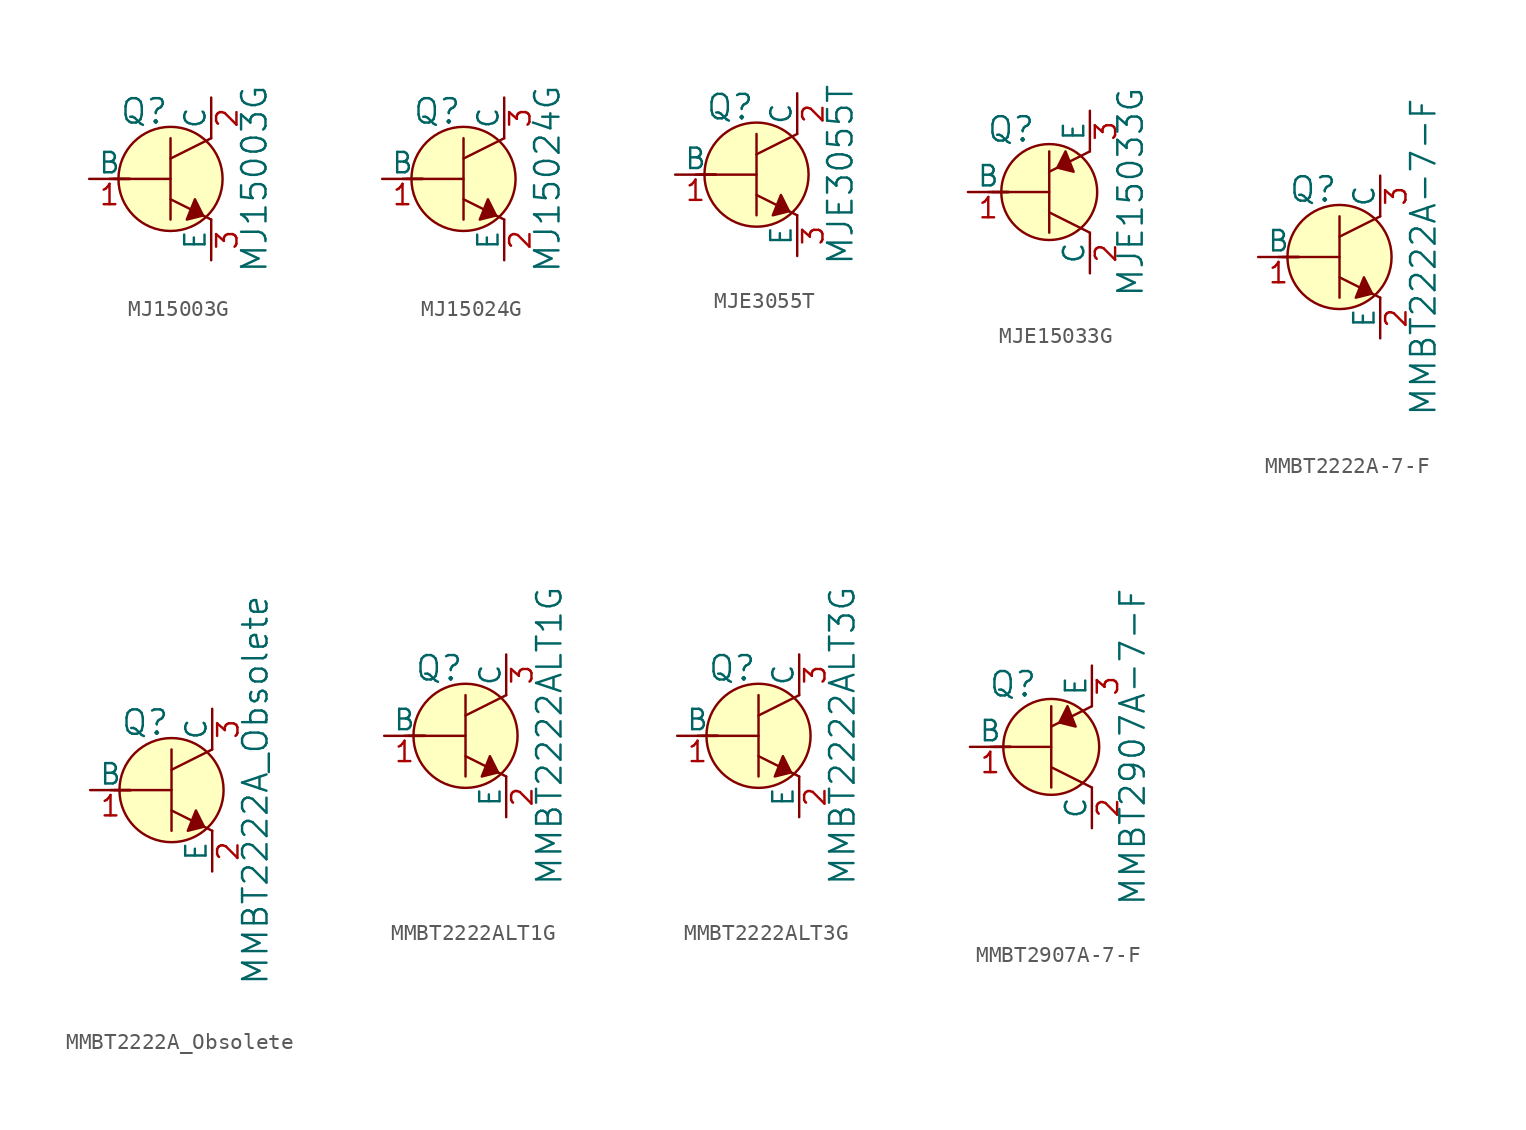
<source format=kicad_sym>
(kicad_symbol_lib
  (version 20231120)
  (generator "kicad_symbol_editor")
  (generator_version "8.0")
  (symbol "MJ15003G"
    (pin_names
      (offset 0))
    (property "Reference" "Q"
      (at -3.2 4.216 0)
      (effects (font (size 1.524 1.524)) (justify left)))
    (property "Value" "MJ15003G"
      (at 5.232 0 90)
      (effects (font (size 1.524 1.524))))
    (symbol "MJ15003G_0_1"
      (polyline (pts (xy -3.81 0) (xy -2.54 0)) (stroke (width 0) (type solid)) (fill (type none)))
      (polyline (pts (xy -3.556 0) (xy 0 0)) (stroke (width 0) (type solid)) (fill (type none)))
      (polyline (pts (xy 0 -1.27) (xy 2.54 -2.54)) (stroke (width 0) (type solid)) (fill (type none)))
      (polyline (pts (xy 0 1.27) (xy 2.54 2.54)) (stroke (width 0) (type solid)) (fill (type none)))
      (polyline (pts (xy 0 2.54) (xy 0 -2.54)) (stroke (width 0) (type solid)) (fill (type none)))
      (polyline (pts (xy 1.524 -1.27) (xy 2.032 -2.286) (xy 1.016 -2.54) (xy 1.524 -1.27)) (stroke (width 0) (type solid)) (fill (type outline)))
      (circle (center 0 0) (radius 3.251) (stroke (width 0) (type solid)) (fill (type background))))
    (symbol "MJ15003G_1_1"
      (pin input line (at -5.08 0 0) (length 2.54) (name "B" (effects (font (size 1.27 1.27)))) (number "1" (effects (font (size 1.27 1.27)))))
      (pin passive line (at 2.54 5.08 270) (length 2.54) (name "C" (effects (font (size 1.27 1.27)))) (number "2" (effects (font (size 1.27 1.27)))))
      (pin passive line (at 2.54 -5.08 90) (length 2.54) (name "E" (effects (font (size 1.27 1.27)))) (number "3" (effects (font (size 1.27 1.27)))))))
  (symbol "MJ15024G"
    (pin_names
      (offset 0))
    (property "Reference" "Q"
      (at -3.2 4.216 0)
      (effects (font (size 1.524 1.524)) (justify left)))
    (property "Value" "MJ15024G"
      (at 5.232 0 90)
      (effects (font (size 1.524 1.524))))
    (symbol "MJ15024G_0_1"
      (polyline (pts (xy -3.81 0) (xy -2.54 0)) (stroke (width 0) (type solid)) (fill (type none)))
      (polyline (pts (xy -3.556 0) (xy 0 0)) (stroke (width 0) (type solid)) (fill (type none)))
      (polyline (pts (xy 0 -1.27) (xy 2.54 -2.54)) (stroke (width 0) (type solid)) (fill (type none)))
      (polyline (pts (xy 0 1.27) (xy 2.54 2.54)) (stroke (width 0) (type solid)) (fill (type none)))
      (polyline (pts (xy 0 2.54) (xy 0 -2.54)) (stroke (width 0) (type solid)) (fill (type none)))
      (polyline (pts (xy 1.524 -1.27) (xy 2.032 -2.286) (xy 1.016 -2.54) (xy 1.524 -1.27)) (stroke (width 0) (type solid)) (fill (type outline)))
      (circle (center 0 0) (radius 3.251) (stroke (width 0) (type solid)) (fill (type background))))
    (symbol "MJ15024G_1_1"
      (pin input line (at -5.08 0 0) (length 2.54) (name "B" (effects (font (size 1.27 1.27)))) (number "1" (effects (font (size 1.27 1.27)))))
      (pin passive line (at 2.54 -5.08 90) (length 2.54) (name "E" (effects (font (size 1.27 1.27)))) (number "2" (effects (font (size 1.27 1.27)))))
      (pin passive line (at 2.54 5.08 270) (length 2.54) (name "C" (effects (font (size 1.27 1.27)))) (number "3" (effects (font (size 1.27 1.27)))))))
  (symbol "MJE3055T"
    (pin_names
      (offset 0))
    (property "Reference" "Q"
      (at -3.2 4.216 0)
      (effects (font (size 1.524 1.524)) (justify left)))
    (property "Value" "MJE3055T"
      (at 5.232 0 90)
      (effects (font (size 1.524 1.524))))
    (symbol "MJE3055T_0_1"
      (polyline (pts (xy -3.81 0) (xy -2.54 0)) (stroke (width 0) (type solid)) (fill (type none)))
      (polyline (pts (xy -3.556 0) (xy 0 0)) (stroke (width 0) (type solid)) (fill (type none)))
      (polyline (pts (xy 0 -1.27) (xy 2.54 -2.54)) (stroke (width 0) (type solid)) (fill (type none)))
      (polyline (pts (xy 0 1.27) (xy 2.54 2.54)) (stroke (width 0) (type solid)) (fill (type none)))
      (polyline (pts (xy 0 2.54) (xy 0 -2.54)) (stroke (width 0) (type solid)) (fill (type none)))
      (polyline (pts (xy 1.524 -1.27) (xy 2.032 -2.286) (xy 1.016 -2.54) (xy 1.524 -1.27)) (stroke (width 0) (type solid)) (fill (type outline)))
      (circle (center 0 0) (radius 3.251) (stroke (width 0) (type solid)) (fill (type background))))
    (symbol "MJE3055T_1_1"
      (pin input line (at -5.08 0 0) (length 2.54) (name "B" (effects (font (size 1.27 1.27)))) (number "1" (effects (font (size 1.27 1.27)))))
      (pin passive line (at 2.54 5.08 270) (length 2.54) (name "C" (effects (font (size 1.27 1.27)))) (number "2" (effects (font (size 1.27 1.27)))))
      (pin passive line (at 2.54 -5.08 90) (length 2.54) (name "E" (effects (font (size 1.27 1.27)))) (number "3" (effects (font (size 1.27 1.27)))))))
  (symbol "MJE15033G"
    (pin_names
      (offset 0))
    (property "Reference" "Q"
      (at -2.388 3.912 0)
      (effects (font (size 1.524 1.524))))
    (property "Value" "MJE15033G"
      (at 5.08 0 90)
      (effects (font (size 1.524 1.524))))
    (symbol "MJE15033G_0_1"
      (polyline (pts (xy -3.81 0) (xy -2.54 0)) (stroke (width 0) (type solid)) (fill (type none)))
      (polyline (pts (xy -3.556 0) (xy 0 0)) (stroke (width 0) (type solid)) (fill (type none)))
      (polyline (pts (xy 0 -1.27) (xy 2.54 -2.54)) (stroke (width 0) (type solid)) (fill (type none)))
      (polyline (pts (xy 0 1.27) (xy 2.54 2.54)) (stroke (width 0) (type solid)) (fill (type none)))
      (polyline (pts (xy 0 2.54) (xy 0 -2.54)) (stroke (width 0) (type solid)) (fill (type none)))
      (polyline (pts (xy 1.016 2.54) (xy 0.508 1.524) (xy 1.524 1.27) (xy 1.016 2.54)) (stroke (width 0) (type solid)) (fill (type outline)))
      (circle (center 0 0) (radius 2.997) (stroke (width 0) (type solid)) (fill (type background))))
    (symbol "MJE15033G_1_1"
      (pin input line (at -5.08 0 0) (length 2.54) (name "B" (effects (font (size 1.27 1.27)))) (number "1" (effects (font (size 1.27 1.27)))))
      (pin passive line (at 2.54 -5.08 90) (length 2.54) (name "C" (effects (font (size 1.27 1.27)))) (number "2" (effects (font (size 1.27 1.27)))))
      (pin passive line (at 2.54 5.08 270) (length 2.54) (name "E" (effects (font (size 1.27 1.27)))) (number "3" (effects (font (size 1.27 1.27)))))))
  (symbol "MMBT2222A-7-F"
    (pin_names
      (offset 0))
    (property "Reference" "Q"
      (at -3.2 4.216 0)
      (effects (font (size 1.524 1.524)) (justify left)))
    (property "Value" "MMBT2222A-7-F"
      (at 5.232 0 90)
      (effects (font (size 1.524 1.524))))
    (symbol "MMBT2222A-7-F_0_1"
      (polyline (pts (xy -3.81 0) (xy -2.54 0)) (stroke (width 0) (type solid)) (fill (type none)))
      (polyline (pts (xy -3.556 0) (xy 0 0)) (stroke (width 0) (type solid)) (fill (type none)))
      (polyline (pts (xy 0 -1.27) (xy 2.54 -2.54)) (stroke (width 0) (type solid)) (fill (type none)))
      (polyline (pts (xy 0 1.27) (xy 2.54 2.54)) (stroke (width 0) (type solid)) (fill (type none)))
      (polyline (pts (xy 0 2.54) (xy 0 -2.54)) (stroke (width 0) (type solid)) (fill (type none)))
      (polyline (pts (xy 1.524 -1.27) (xy 2.032 -2.286) (xy 1.016 -2.54) (xy 1.524 -1.27)) (stroke (width 0) (type solid)) (fill (type outline)))
      (circle (center 0 0) (radius 3.251) (stroke (width 0) (type solid)) (fill (type background))))
    (symbol "MMBT2222A-7-F_1_1"
      (pin input line (at -5.08 0 0) (length 2.54) (name "B" (effects (font (size 1.27 1.27)))) (number "1" (effects (font (size 1.27 1.27)))))
      (pin passive line (at 2.54 -5.08 90) (length 2.54) (name "E" (effects (font (size 1.27 1.27)))) (number "2" (effects (font (size 1.27 1.27)))))
      (pin passive line (at 2.54 5.08 270) (length 2.54) (name "C" (effects (font (size 1.27 1.27)))) (number "3" (effects (font (size 1.27 1.27)))))))
  (symbol "MMBT2222A_Obsolete"
    (pin_names
      (offset 0))
    (property "Reference" "Q"
      (at -3.2 4.216 0)
      (effects (font (size 1.524 1.524)) (justify left)))
    (property "Value" "MMBT2222A_Obsolete"
      (at 5.232 0 90)
      (effects (font (size 1.524 1.524))))
    (symbol "MMBT2222A_Obsolete_0_1"
      (polyline (pts (xy -3.81 0) (xy -2.54 0)) (stroke (width 0) (type solid)) (fill (type none)))
      (polyline (pts (xy -3.556 0) (xy 0 0)) (stroke (width 0) (type solid)) (fill (type none)))
      (polyline (pts (xy 0 -1.27) (xy 2.54 -2.54)) (stroke (width 0) (type solid)) (fill (type none)))
      (polyline (pts (xy 0 1.27) (xy 2.54 2.54)) (stroke (width 0) (type solid)) (fill (type none)))
      (polyline (pts (xy 0 2.54) (xy 0 -2.54)) (stroke (width 0) (type solid)) (fill (type none)))
      (polyline (pts (xy 1.524 -1.27) (xy 2.032 -2.286) (xy 1.016 -2.54) (xy 1.524 -1.27)) (stroke (width 0) (type solid)) (fill (type outline)))
      (circle (center 0 0) (radius 3.251) (stroke (width 0) (type solid)) (fill (type background))))
    (symbol "MMBT2222A_Obsolete_1_1"
      (pin input line (at -5.08 0 0) (length 2.54) (name "B" (effects (font (size 1.27 1.27)))) (number "1" (effects (font (size 1.27 1.27)))))
      (pin passive line (at 2.54 -5.08 90) (length 2.54) (name "E" (effects (font (size 1.27 1.27)))) (number "2" (effects (font (size 1.27 1.27)))))
      (pin passive line (at 2.54 5.08 270) (length 2.54) (name "C" (effects (font (size 1.27 1.27)))) (number "3" (effects (font (size 1.27 1.27)))))))
  (symbol "MMBT2222ALT1G"
    (pin_names
      (offset 0))
    (property "Reference" "Q"
      (at -3.2 4.216 0)
      (effects (font (size 1.524 1.524)) (justify left)))
    (property "Value" "MMBT2222ALT1G"
      (at 5.232 0 90)
      (effects (font (size 1.524 1.524))))
    (symbol "MMBT2222ALT1G_0_1"
      (polyline (pts (xy -3.81 0) (xy -2.54 0)) (stroke (width 0) (type solid)) (fill (type none)))
      (polyline (pts (xy -3.556 0) (xy 0 0)) (stroke (width 0) (type solid)) (fill (type none)))
      (polyline (pts (xy 0 -1.27) (xy 2.54 -2.54)) (stroke (width 0) (type solid)) (fill (type none)))
      (polyline (pts (xy 0 1.27) (xy 2.54 2.54)) (stroke (width 0) (type solid)) (fill (type none)))
      (polyline (pts (xy 0 2.54) (xy 0 -2.54)) (stroke (width 0) (type solid)) (fill (type none)))
      (polyline (pts (xy 1.524 -1.27) (xy 2.032 -2.286) (xy 1.016 -2.54) (xy 1.524 -1.27)) (stroke (width 0) (type solid)) (fill (type outline)))
      (circle (center 0 0) (radius 3.251) (stroke (width 0) (type solid)) (fill (type background))))
    (symbol "MMBT2222ALT1G_1_1"
      (pin input line (at -5.08 0 0) (length 2.54) (name "B" (effects (font (size 1.27 1.27)))) (number "1" (effects (font (size 1.27 1.27)))))
      (pin passive line (at 2.54 -5.08 90) (length 2.54) (name "E" (effects (font (size 1.27 1.27)))) (number "2" (effects (font (size 1.27 1.27)))))
      (pin passive line (at 2.54 5.08 270) (length 2.54) (name "C" (effects (font (size 1.27 1.27)))) (number "3" (effects (font (size 1.27 1.27)))))))
  (symbol "MMBT2222ALT3G"
    (pin_names
      (offset 0))
    (property "Reference" "Q"
      (at -3.2 4.216 0)
      (effects (font (size 1.524 1.524)) (justify left)))
    (property "Value" "MMBT2222ALT3G"
      (at 5.232 0 90)
      (effects (font (size 1.524 1.524))))
    (symbol "MMBT2222ALT3G_0_1"
      (polyline (pts (xy -3.81 0) (xy -2.54 0)) (stroke (width 0) (type solid)) (fill (type none)))
      (polyline (pts (xy -3.556 0) (xy 0 0)) (stroke (width 0) (type solid)) (fill (type none)))
      (polyline (pts (xy 0 -1.27) (xy 2.54 -2.54)) (stroke (width 0) (type solid)) (fill (type none)))
      (polyline (pts (xy 0 1.27) (xy 2.54 2.54)) (stroke (width 0) (type solid)) (fill (type none)))
      (polyline (pts (xy 0 2.54) (xy 0 -2.54)) (stroke (width 0) (type solid)) (fill (type none)))
      (polyline (pts (xy 1.524 -1.27) (xy 2.032 -2.286) (xy 1.016 -2.54) (xy 1.524 -1.27)) (stroke (width 0) (type solid)) (fill (type outline)))
      (circle (center 0 0) (radius 3.251) (stroke (width 0) (type solid)) (fill (type background))))
    (symbol "MMBT2222ALT3G_1_1"
      (pin input line (at -5.08 0 0) (length 2.54) (name "B" (effects (font (size 1.27 1.27)))) (number "1" (effects (font (size 1.27 1.27)))))
      (pin passive line (at 2.54 -5.08 90) (length 2.54) (name "E" (effects (font (size 1.27 1.27)))) (number "2" (effects (font (size 1.27 1.27)))))
      (pin passive line (at 2.54 5.08 270) (length 2.54) (name "C" (effects (font (size 1.27 1.27)))) (number "3" (effects (font (size 1.27 1.27)))))))
  (symbol "MMBT2907A-7-F"
    (pin_names
      (offset 0))
    (property "Reference" "Q"
      (at -2.388 3.912 0)
      (effects (font (size 1.524 1.524))))
    (property "Value" "MMBT2907A-7-F"
      (at 5.08 0 90)
      (effects (font (size 1.524 1.524))))
    (symbol "MMBT2907A-7-F_0_1"
      (polyline (pts (xy -3.81 0) (xy -2.54 0)) (stroke (width 0) (type solid)) (fill (type none)))
      (polyline (pts (xy -3.556 0) (xy 0 0)) (stroke (width 0) (type solid)) (fill (type none)))
      (polyline (pts (xy 0 -1.27) (xy 2.54 -2.54)) (stroke (width 0) (type solid)) (fill (type none)))
      (polyline (pts (xy 0 1.27) (xy 2.54 2.54)) (stroke (width 0) (type solid)) (fill (type none)))
      (polyline (pts (xy 0 2.54) (xy 0 -2.54)) (stroke (width 0) (type solid)) (fill (type none)))
      (polyline (pts (xy 1.016 2.54) (xy 0.508 1.524) (xy 1.524 1.27) (xy 1.016 2.54)) (stroke (width 0) (type solid)) (fill (type outline)))
      (circle (center 0 0) (radius 2.997) (stroke (width 0) (type solid)) (fill (type background))))
    (symbol "MMBT2907A-7-F_1_1"
      (pin input line (at -5.08 0 0) (length 2.54) (name "B" (effects (font (size 1.27 1.27)))) (number "1" (effects (font (size 1.27 1.27)))))
      (pin passive line (at 2.54 -5.08 90) (length 2.54) (name "C" (effects (font (size 1.27 1.27)))) (number "2" (effects (font (size 1.27 1.27)))))
      (pin passive line (at 2.54 5.08 270) (length 2.54) (name "E" (effects (font (size 1.27 1.27)))) (number "3" (effects (font (size 1.27 1.27))))))))
</source>
